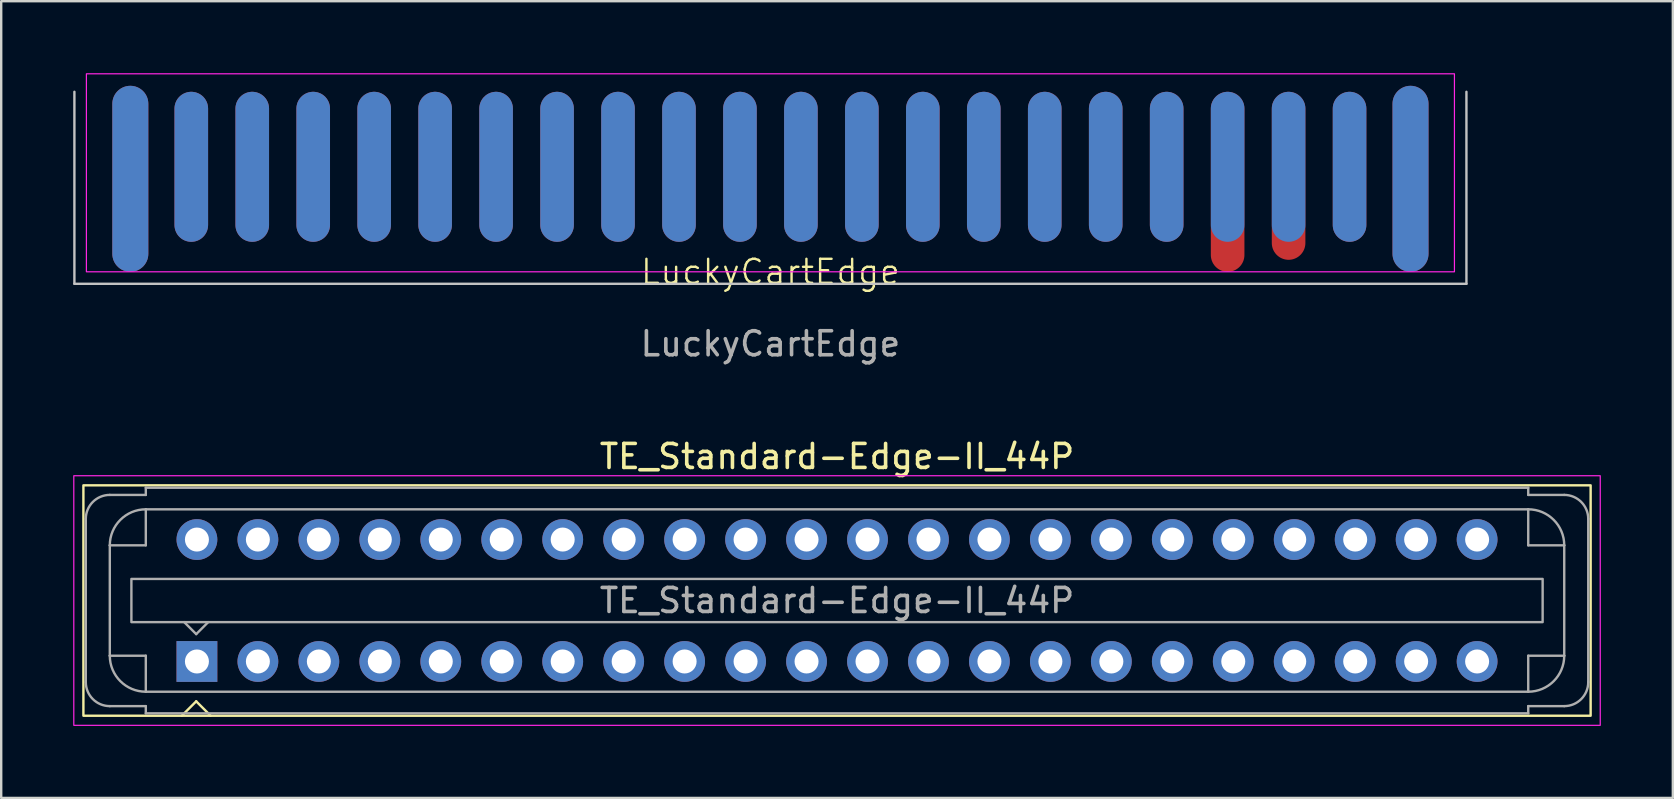
<source format=kicad_pcb>
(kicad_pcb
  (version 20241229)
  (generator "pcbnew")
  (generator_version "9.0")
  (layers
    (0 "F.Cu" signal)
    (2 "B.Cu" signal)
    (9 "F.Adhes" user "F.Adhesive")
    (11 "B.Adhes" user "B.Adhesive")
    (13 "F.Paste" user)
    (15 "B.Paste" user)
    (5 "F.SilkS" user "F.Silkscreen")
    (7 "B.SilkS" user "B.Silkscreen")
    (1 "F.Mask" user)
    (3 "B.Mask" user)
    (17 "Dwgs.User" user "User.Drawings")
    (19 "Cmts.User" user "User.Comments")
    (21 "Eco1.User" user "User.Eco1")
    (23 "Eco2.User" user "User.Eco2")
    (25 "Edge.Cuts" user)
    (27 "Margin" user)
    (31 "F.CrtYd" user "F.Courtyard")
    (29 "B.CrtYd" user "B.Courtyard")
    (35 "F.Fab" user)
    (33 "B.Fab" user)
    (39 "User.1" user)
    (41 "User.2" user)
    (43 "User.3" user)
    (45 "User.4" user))
  (footprint "TE_Standard-Edge-II_44P"
    (layer "F.Cu")
    (at 31.825 21.971)
    (property "Reference" "TE_Standard-Edge-II_44P" (at 0 -6 0) (unlocked yes) (layer "F.SilkS") (effects (font (size 1 1) (thickness 0.15))))
    (attr through_hole)
    (fp_line (start -27.3 4.8) (end -26.7 4.2) (stroke (width 0.1) (type default)) (layer "F.SilkS"))
    (fp_line (start -26.7 4.2) (end -26.1 4.8) (stroke (width 0.1) (type default)) (layer "F.SilkS"))
    (fp_rect (start -31.4 -4.8) (end 31.4 4.8) (stroke (width 0.1) (type default)) (fill no) (layer "F.SilkS"))
    (fp_rect (start -31.8 -5.2) (end 31.8 5.2) (stroke (width 0.05) (type default)) (fill no) (layer "F.CrtYd"))
    (fp_line (start -31.3 3.4) (end -31.3 -3.4) (stroke (width 0.1) (type default)) (layer "F.Fab"))
    (fp_line (start -30.3 2.3) (end -30.3 -2.3) (stroke (width 0.1) (type default)) (layer "F.Fab"))
    (fp_line (start -30.3 2.3) (end -28.8 2.3) (stroke (width 0.1) (type default)) (layer "F.Fab"))
    (fp_line (start -28.8 -4.7) (end -28.8 -4.4) (stroke (width 0.1) (type default)) (layer "F.Fab"))
    (fp_line (start -28.8 -4.7) (end 28.8 -4.7) (stroke (width 0.1) (type default)) (layer "F.Fab"))
    (fp_line (start -28.8 -4.4) (end -30.3 -4.4) (stroke (width 0.1) (type default)) (layer "F.Fab"))
    (fp_line (start -28.8 -3.8) (end -28.8 -2.3) (stroke (width 0.1) (type default)) (layer "F.Fab"))
    (fp_line (start -28.8 -3.8) (end 28.8 -3.8) (stroke (width 0.1) (type default)) (layer "F.Fab"))
    (fp_line (start -28.8 -2.3) (end -30.3 -2.3) (stroke (width 0.1) (type default)) (layer "F.Fab"))
    (fp_line (start -28.8 2.3) (end -28.8 3.8) (stroke (width 0.1) (type default)) (layer "F.Fab"))
    (fp_line (start -28.8 4.4) (end -30.3 4.4) (stroke (width 0.1) (type default)) (layer "F.Fab"))
    (fp_line (start -28.8 4.7) (end -28.8 4.4) (stroke (width 0.1) (type default)) (layer "F.Fab"))
    (fp_line (start -26.7 1.4) (end -27.2 0.9) (stroke (width 0.1) (type default)) (layer "F.Fab"))
    (fp_line (start -26.2 0.9) (end -26.7 1.4) (stroke (width 0.1) (type default)) (layer "F.Fab"))
    (fp_line (start 28.8 -4.7) (end 28.8 -4.4) (stroke (width 0.1) (type default)) (layer "F.Fab"))
    (fp_line (start 28.8 -4.4) (end 30.3 -4.4) (stroke (width 0.1) (type default)) (layer "F.Fab"))
    (fp_line (start 28.8 -2.3) (end 28.8 -3.8) (stroke (width 0.1) (type default)) (layer "F.Fab"))
    (fp_line (start 28.8 2.3) (end 30.3 2.3) (stroke (width 0.1) (type default)) (layer "F.Fab"))
    (fp_line (start 28.8 3.8) (end -28.8 3.8) (stroke (width 0.1) (type default)) (layer "F.Fab"))
    (fp_line (start 28.8 3.8) (end 28.8 2.3) (stroke (width 0.1) (type default)) (layer "F.Fab"))
    (fp_line (start 28.8 4.4) (end 30.3 4.4) (stroke (width 0.1) (type default)) (layer "F.Fab"))
    (fp_line (start 28.8 4.7) (end -28.8 4.7) (stroke (width 0.1) (type default)) (layer "F.Fab"))
    (fp_line (start 28.8 4.7) (end 28.8 4.4) (stroke (width 0.1) (type default)) (layer "F.Fab"))
    (fp_line (start 30.3 -2.3) (end 28.8 -2.3) (stroke (width 0.1) (type default)) (layer "F.Fab"))
    (fp_line (start 30.3 -2.3) (end 30.3 2.3) (stroke (width 0.1) (type default)) (layer "F.Fab"))
    (fp_line (start 31.3 -3.4) (end 31.3 3.4) (stroke (width 0.1) (type default)) (layer "F.Fab"))
    (fp_rect (start -29.4 -0.9) (end 29.4 0.9) (stroke (width 0.1) (type default)) (fill no) (layer "F.Fab"))
    (fp_arc (start -31.3 -3.4) (mid -31.007107 -4.107107) (end -30.3 -4.4) (stroke (width 0.1) (type default)) (layer "F.Fab"))
    (fp_arc (start -30.3 -2.3) (mid -29.86066 -3.36066) (end -28.8 -3.8) (stroke (width 0.1) (type default)) (layer "F.Fab"))
    (fp_arc (start -30.3 4.4) (mid -31.007107 4.107107) (end -31.3 3.4) (stroke (width 0.1) (type default)) (layer "F.Fab"))
    (fp_arc (start -28.8 3.8) (mid -29.86066 3.36066) (end -30.3 2.3) (stroke (width 0.1) (type default)) (layer "F.Fab"))
    (fp_arc (start 28.8 -3.8) (mid 29.86066 -3.36066) (end 30.3 -2.3) (stroke (width 0.1) (type default)) (layer "F.Fab"))
    (fp_arc (start 30.3 -4.4) (mid 31.007107 -4.107107) (end 31.3 -3.4) (stroke (width 0.1) (type default)) (layer "F.Fab"))
    (fp_arc (start 30.3 2.3) (mid 29.86066 3.36066) (end 28.8 3.8) (stroke (width 0.1) (type default)) (layer "F.Fab"))
    (fp_arc (start 31.3 3.4) (mid 31.007107 4.107107) (end 30.3 4.4) (stroke (width 0.1) (type default)) (layer "F.Fab"))
    (fp_text user "${REFERENCE}" (at 0 0 0) (unlocked yes) (layer "F.Fab") (effects (font (size 1 1) (thickness 0.15))))
    (pad "1" thru_hole rect (at -26.67 2.54) (size 1.7 1.7) (drill 1) (layers "*.Cu" "*.Mask"))
    (pad "2" thru_hole circle (at -26.67 -2.54) (size 1.7 1.7) (drill 1) (layers "*.Cu" "*.Mask"))
    (pad "3" thru_hole circle (at -24.13 2.54) (size 1.7 1.7) (drill 1) (layers "*.Cu" "*.Mask"))
    (pad "4" thru_hole circle (at -24.13 -2.54) (size 1.7 1.7) (drill 1) (layers "*.Cu" "*.Mask"))
    (pad "5" thru_hole circle (at -21.59 2.54) (size 1.7 1.7) (drill 1) (layers "*.Cu" "*.Mask"))
    (pad "6" thru_hole circle (at -21.59 -2.54) (size 1.7 1.7) (drill 1) (layers "*.Cu" "*.Mask"))
    (pad "7" thru_hole circle (at -19.05 2.54) (size 1.7 1.7) (drill 1) (layers "*.Cu" "*.Mask"))
    (pad "8" thru_hole circle (at -19.05 -2.54) (size 1.7 1.7) (drill 1) (layers "*.Cu" "*.Mask"))
    (pad "9" thru_hole circle (at -16.51 2.54) (size 1.7 1.7) (drill 1) (layers "*.Cu" "*.Mask"))
    (pad "10" thru_hole circle (at -16.51 -2.54) (size 1.7 1.7) (drill 1) (layers "*.Cu" "*.Mask"))
    (pad "11" thru_hole circle (at -13.97 2.54) (size 1.7 1.7) (drill 1) (layers "*.Cu" "*.Mask"))
    (pad "12" thru_hole circle (at -13.97 -2.54) (size 1.7 1.7) (drill 1) (layers "*.Cu" "*.Mask"))
    (pad "13" thru_hole circle (at -11.43 2.54) (size 1.7 1.7) (drill 1) (layers "*.Cu" "*.Mask"))
    (pad "14" thru_hole circle (at -11.43 -2.54) (size 1.7 1.7) (drill 1) (layers "*.Cu" "*.Mask"))
    (pad "15" thru_hole circle (at -8.89 2.54) (size 1.7 1.7) (drill 1) (layers "*.Cu" "*.Mask"))
    (pad "16" thru_hole circle (at -8.89 -2.54) (size 1.7 1.7) (drill 1) (layers "*.Cu" "*.Mask"))
    (pad "17" thru_hole circle (at -6.35 2.54) (size 1.7 1.7) (drill 1) (layers "*.Cu" "*.Mask"))
    (pad "18" thru_hole circle (at -6.35 -2.54) (size 1.7 1.7) (drill 1) (layers "*.Cu" "*.Mask"))
    (pad "19" thru_hole circle (at -3.81 2.54) (size 1.7 1.7) (drill 1) (layers "*.Cu" "*.Mask"))
    (pad "20" thru_hole circle (at -3.81 -2.54) (size 1.7 1.7) (drill 1) (layers "*.Cu" "*.Mask"))
    (pad "21" thru_hole circle (at -1.27 2.54) (size 1.7 1.7) (drill 1) (layers "*.Cu" "*.Mask"))
    (pad "22" thru_hole circle (at -1.27 -2.54) (size 1.7 1.7) (drill 1) (layers "*.Cu" "*.Mask"))
    (pad "23" thru_hole circle (at 1.27 2.54) (size 1.7 1.7) (drill 1) (layers "*.Cu" "*.Mask"))
    (pad "24" thru_hole circle (at 1.27 -2.54) (size 1.7 1.7) (drill 1) (layers "*.Cu" "*.Mask"))
    (pad "25" thru_hole circle (at 3.81 2.54) (size 1.7 1.7) (drill 1) (layers "*.Cu" "*.Mask"))
    (pad "26" thru_hole circle (at 3.81 -2.54) (size 1.7 1.7) (drill 1) (layers "*.Cu" "*.Mask"))
    (pad "27" thru_hole circle (at 6.35 2.54) (size 1.7 1.7) (drill 1) (layers "*.Cu" "*.Mask"))
    (pad "28" thru_hole circle (at 6.35 -2.54) (size 1.7 1.7) (drill 1) (layers "*.Cu" "*.Mask"))
    (pad "29" thru_hole circle (at 8.89 2.54) (size 1.7 1.7) (drill 1) (layers "*.Cu" "*.Mask"))
    (pad "30" thru_hole circle (at 8.89 -2.54) (size 1.7 1.7) (drill 1) (layers "*.Cu" "*.Mask"))
    (pad "31" thru_hole circle (at 11.43 2.54) (size 1.7 1.7) (drill 1) (layers "*.Cu" "*.Mask"))
    (pad "32" thru_hole circle (at 11.43 -2.54) (size 1.7 1.7) (drill 1) (layers "*.Cu" "*.Mask"))
    (pad "33" thru_hole circle (at 13.97 2.54) (size 1.7 1.7) (drill 1) (layers "*.Cu" "*.Mask"))
    (pad "34" thru_hole circle (at 13.97 -2.54) (size 1.7 1.7) (drill 1) (layers "*.Cu" "*.Mask"))
    (pad "35" thru_hole circle (at 16.51 2.54) (size 1.7 1.7) (drill 1) (layers "*.Cu" "*.Mask"))
    (pad "36" thru_hole circle (at 16.51 -2.54) (size 1.7 1.7) (drill 1) (layers "*.Cu" "*.Mask"))
    (pad "37" thru_hole circle (at 19.05 2.54) (size 1.7 1.7) (drill 1) (layers "*.Cu" "*.Mask"))
    (pad "38" thru_hole circle (at 19.05 -2.54) (size 1.7 1.7) (drill 1) (layers "*.Cu" "*.Mask"))
    (pad "39" thru_hole circle (at 21.59 2.54) (size 1.7 1.7) (drill 1) (layers "*.Cu" "*.Mask"))
    (pad "40" thru_hole circle (at 21.59 -2.54) (size 1.7 1.7) (drill 1) (layers "*.Cu" "*.Mask"))
    (pad "41" thru_hole circle (at 24.13 2.54) (size 1.7 1.7) (drill 1) (layers "*.Cu" "*.Mask"))
    (pad "42" thru_hole circle (at 24.13 -2.54) (size 1.7 1.7) (drill 1) (layers "*.Cu" "*.Mask"))
    (pad "43" thru_hole circle (at 26.67 2.54) (size 1.7 1.7) (drill 1) (layers "*.Cu" "*.Mask"))
    (pad "44" thru_hole circle (at 26.67 -2.54) (size 1.7 1.7) (drill 1) (layers "*.Cu" "*.Mask")))
  (footprint "LuckyCartEdge"
    (layer "F.Cu")
    (at 29.05 8.775)
    (property "Reference" "LuckyCartEdge" (at 0 -0.5 0) (unlocked yes) (layer "F.SilkS") (effects (font (size 1 1) (thickness 0.1))))
    (attr exclude_from_pos_files exclude_from_bom allow_missing_courtyard)
    (fp_line (start -29 0) (end -29 -8) (stroke (width 0.1) (type default)) (layer "Dwgs.User"))
    (fp_line (start -29 0) (end 29 0) (stroke (width 0.1) (type default)) (layer "Dwgs.User"))
    (fp_line (start 29 0) (end 29 -8) (stroke (width 0.1) (type default)) (layer "Dwgs.User"))
    (fp_rect (start -28.5 -8.75) (end 28.5 -0.5) (stroke (width 0.05) (type default)) (fill no) (layer "F.CrtYd"))
    (fp_text user "${REFERENCE}" (at 0 2.5 0) (unlocked yes) (layer "F.Fab") (effects (font (size 1 1) (thickness 0.15))))
    (pad "1" connect oval (at -26.67 -4.375) (size 1.5 7.75) (layers "F.Cu" "F.Mask"))
    (pad "2" connect oval (at -26.67 -4.375) (size 1.5 7.75) (layers "B.Cu" "B.Mask"))
    (pad "3" connect oval (at -24.13 -4.875) (size 1.4 6.25) (layers "F.Cu" "F.Mask"))
    (pad "4" connect oval (at -24.13 -4.875) (size 1.4 6.25) (layers "B.Cu" "B.Mask"))
    (pad "5" connect oval (at -21.59 -4.875) (size 1.4 6.25) (layers "F.Cu" "F.Mask"))
    (pad "6" connect oval (at -21.59 -4.875) (size 1.4 6.25) (layers "B.Cu" "B.Mask"))
    (pad "7" connect oval (at -19.05 -4.875) (size 1.4 6.25) (layers "F.Cu" "F.Mask"))
    (pad "8" connect oval (at -19.05 -4.875) (size 1.4 6.25) (layers "B.Cu" "B.Mask"))
    (pad "9" connect oval (at -16.51 -4.875) (size 1.4 6.25) (layers "F.Cu" "F.Mask"))
    (pad "10" connect oval (at -16.51 -4.875) (size 1.4 6.25) (layers "B.Cu" "B.Mask"))
    (pad "11" connect oval (at -13.97 -4.875) (size 1.4 6.25) (layers "F.Cu" "F.Mask"))
    (pad "12" connect oval (at -13.97 -4.875) (size 1.4 6.25) (layers "B.Cu" "B.Mask"))
    (pad "13" connect oval (at -11.43 -4.875) (size 1.4 6.25) (layers "F.Cu" "F.Mask"))
    (pad "14" connect oval (at -11.43 -4.875) (size 1.4 6.25) (layers "B.Cu" "B.Mask"))
    (pad "15" connect oval (at -8.89 -4.875) (size 1.4 6.25) (layers "F.Cu" "F.Mask"))
    (pad "16" connect oval (at -8.89 -4.875) (size 1.4 6.25) (layers "B.Cu" "B.Mask"))
    (pad "17" connect oval (at -6.35 -4.875) (size 1.4 6.25) (layers "F.Cu" "F.Mask"))
    (pad "18" connect oval (at -6.35 -4.875) (size 1.4 6.25) (layers "B.Cu" "B.Mask"))
    (pad "19" connect oval (at -3.81 -4.875) (size 1.4 6.25) (layers "F.Cu" "F.Mask"))
    (pad "20" connect oval (at -3.81 -4.875) (size 1.4 6.25) (layers "B.Cu" "B.Mask"))
    (pad "21" connect oval (at -1.27 -4.875) (size 1.4 6.25) (layers "F.Cu" "F.Mask"))
    (pad "22" connect oval (at -1.27 -4.875) (size 1.4 6.25) (layers "B.Cu" "B.Mask"))
    (pad "23" connect oval (at 1.27 -4.875) (size 1.4 6.25) (layers "F.Cu" "F.Mask"))
    (pad "24" connect oval (at 1.27 -4.875) (size 1.4 6.25) (layers "B.Cu" "B.Mask"))
    (pad "25" connect oval (at 3.81 -4.875) (size 1.4 6.25) (layers "F.Cu" "F.Mask"))
    (pad "26" connect oval (at 3.81 -4.875) (size 1.4 6.25) (layers "B.Cu" "B.Mask"))
    (pad "27" connect oval (at 6.35 -4.875) (size 1.4 6.25) (layers "F.Cu" "F.Mask"))
    (pad "28" connect oval (at 6.35 -4.875) (size 1.4 6.25) (layers "B.Cu" "B.Mask"))
    (pad "29" connect oval (at 8.89 -4.875) (size 1.4 6.25) (layers "F.Cu" "F.Mask"))
    (pad "30" connect oval (at 8.89 -4.875) (size 1.4 6.25) (layers "B.Cu" "B.Mask"))
    (pad "31" connect oval (at 11.43 -4.875) (size 1.4 6.25) (layers "F.Cu" "F.Mask"))
    (pad "32" connect oval (at 11.43 -4.875) (size 1.4 6.25) (layers "B.Cu" "B.Mask"))
    (pad "33" connect oval (at 13.97 -4.875) (size 1.4 6.25) (layers "F.Cu" "F.Mask"))
    (pad "34" connect oval (at 13.97 -4.875) (size 1.4 6.25) (layers "B.Cu" "B.Mask"))
    (pad "35" connect oval (at 16.51 -4.875) (size 1.4 6.25) (layers "F.Cu" "F.Mask"))
    (pad "36" connect oval (at 16.51 -4.875) (size 1.4 6.25) (layers "B.Cu" "B.Mask"))
    (pad "37" connect oval (at 19.05 -4.25) (size 1.4 7.5) (layers "F.Cu" "F.Mask"))
    (pad "38" connect oval (at 19.05 -4.875) (size 1.4 6.25) (layers "B.Cu" "B.Mask"))
    (pad "39" connect oval (at 21.59 -4.5) (size 1.4 7) (layers "F.Cu" "F.Mask"))
    (pad "40" connect oval (at 21.59 -4.875) (size 1.4 6.25) (layers "B.Cu" "B.Mask"))
    (pad "41" connect oval (at 24.13 -4.875) (size 1.4 6.25) (layers "F.Cu" "F.Mask"))
    (pad "42" connect oval (at 24.13 -4.875) (size 1.4 6.25) (layers "B.Cu" "B.Mask"))
    (pad "43" connect oval (at 26.67 -4.375) (size 1.5 7.75) (layers "F.Cu" "F.Mask"))
    (pad "44" connect oval (at 26.67 -4.375) (size 1.5 7.75) (layers "B.Cu" "B.Mask")))
  (gr_rect
    (start -3 -3)
    (end 66.65 30.197)
    (stroke (width 0.1) (type default))
    (fill no)
    (layer "Edge.Cuts")))
</source>
